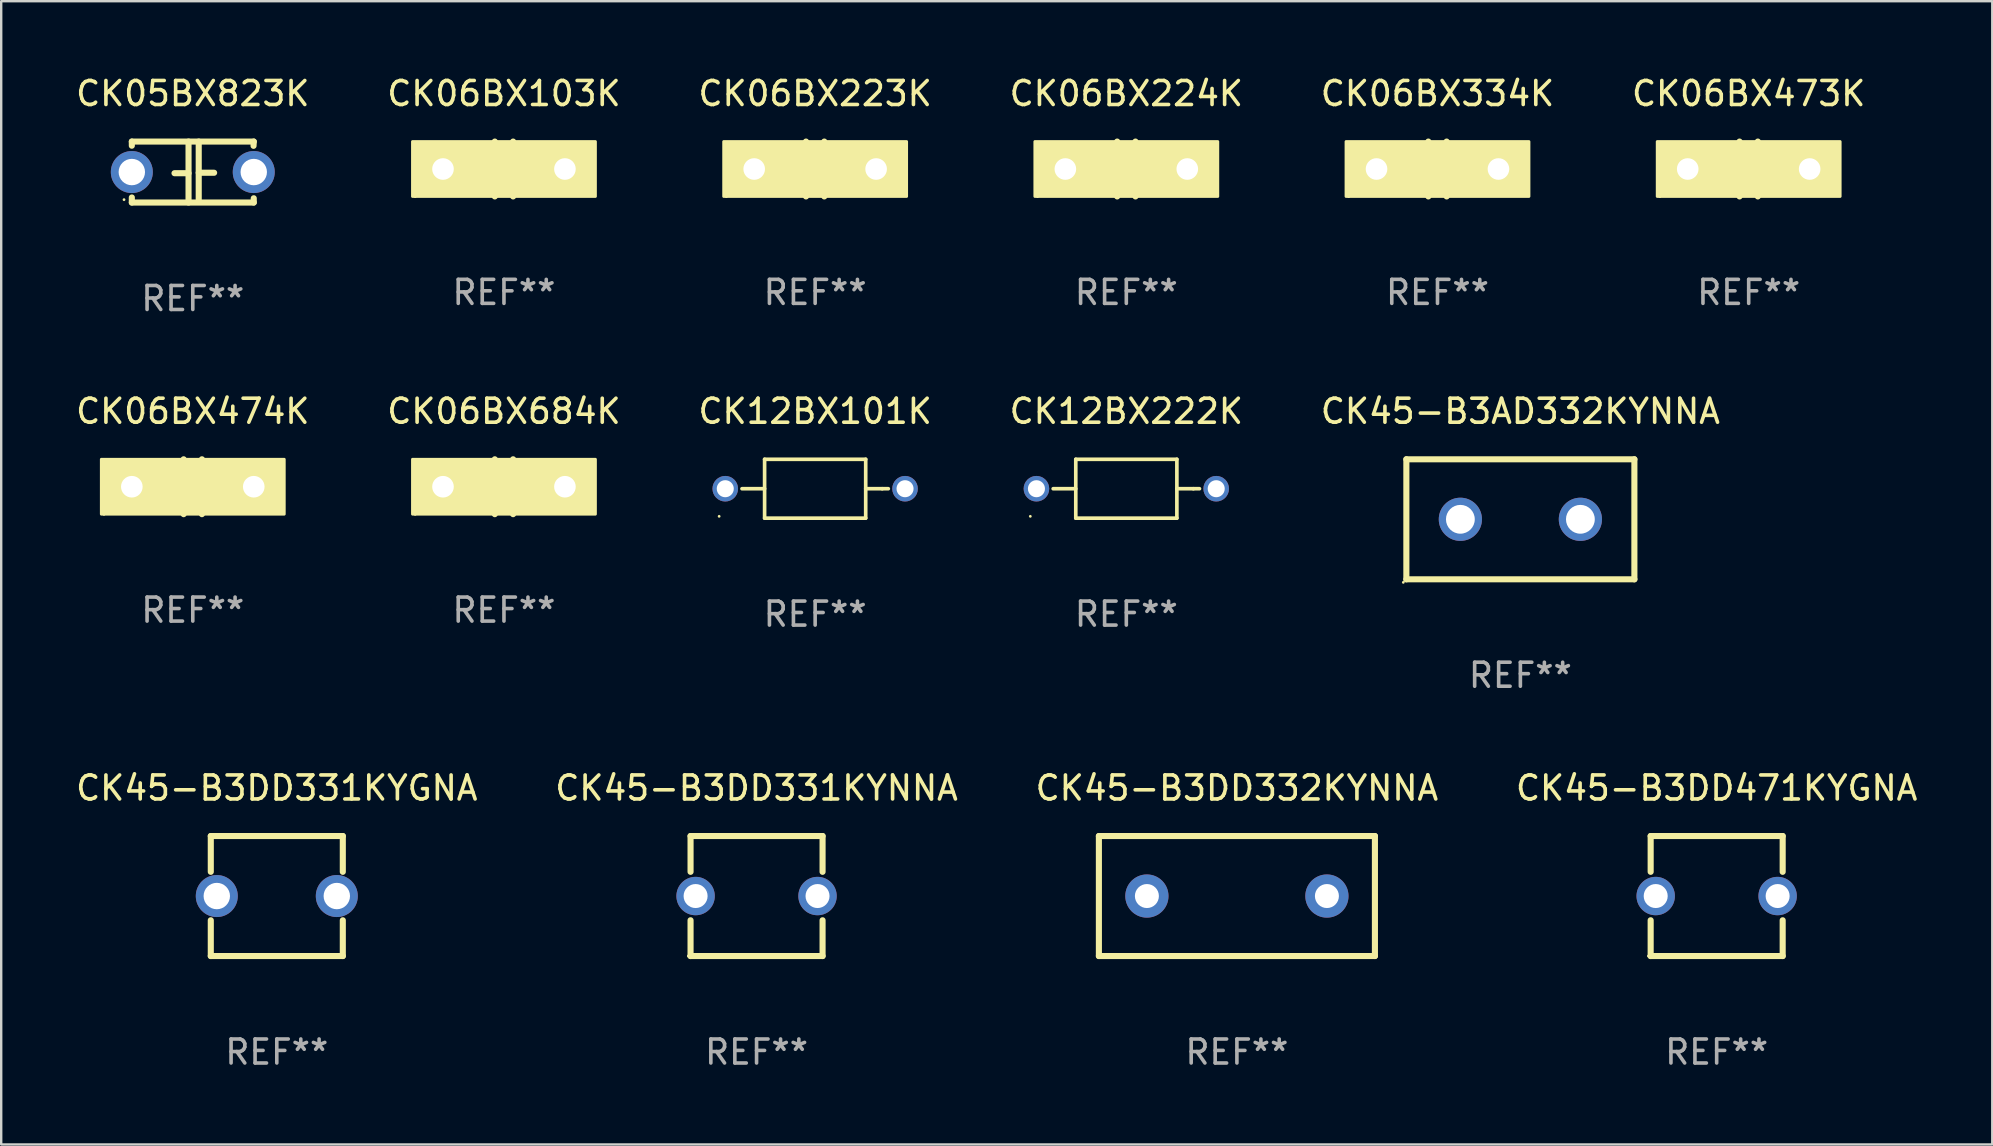
<source format=kicad_pcb>
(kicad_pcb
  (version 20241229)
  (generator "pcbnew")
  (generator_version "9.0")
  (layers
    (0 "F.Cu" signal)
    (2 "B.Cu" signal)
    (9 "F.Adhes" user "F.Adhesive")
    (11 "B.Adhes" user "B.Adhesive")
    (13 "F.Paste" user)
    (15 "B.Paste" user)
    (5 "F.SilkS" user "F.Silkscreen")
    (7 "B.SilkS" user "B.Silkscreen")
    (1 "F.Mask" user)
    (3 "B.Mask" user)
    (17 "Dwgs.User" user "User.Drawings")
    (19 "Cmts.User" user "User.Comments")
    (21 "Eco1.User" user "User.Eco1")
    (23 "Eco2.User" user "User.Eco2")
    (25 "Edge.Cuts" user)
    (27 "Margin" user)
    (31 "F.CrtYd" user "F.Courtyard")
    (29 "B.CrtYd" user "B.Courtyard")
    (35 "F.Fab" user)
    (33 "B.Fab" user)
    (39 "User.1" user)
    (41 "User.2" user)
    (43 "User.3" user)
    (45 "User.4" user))
  (footprint "CK45-B3DD331KYGNA"
    (layer "F.Cu")
    (at 8.482 34.281)
    (property "Reference" "CK45-B3DD331KYGNA" (at 0 -4.5 0) (layer "F.SilkS") (effects (font (size 1 1) (thickness 0.15))))
    (attr through_hole)
    (fp_line (start -2.75 -2.5) (end -2.75 -1.009) (stroke (width 0.254) (type solid)) (layer "F.SilkS"))
    (fp_line (start -2.75 -2.5) (end 2.75 -2.5) (stroke (width 0.254) (type solid)) (layer "F.SilkS"))
    (fp_line (start -2.75 1.009) (end -2.75 2.5) (stroke (width 0.254) (type solid)) (layer "F.SilkS"))
    (fp_line (start -2.75 2.5) (end 2.75 2.5) (stroke (width 0.254) (type solid)) (layer "F.SilkS"))
    (fp_line (start 2.75 -2.5) (end 2.75 -1.009) (stroke (width 0.254) (type solid)) (layer "F.SilkS"))
    (fp_line (start 2.75 1.009) (end 2.75 2.5) (stroke (width 0.254) (type solid)) (layer "F.SilkS"))
    (fp_circle (center -2.8 2.5) (end -2.77 2.5) (stroke (width 0.06) (type solid)) (fill no) (layer "F.SilkS"))
    (fp_text user "REF**" (at 0 6.5 0) (layer "F.Fab") (effects (font (size 1 1) (thickness 0.15))))
    (pad "1" thru_hole circle (at -2.5 0) (size 1.75 1.75) (drill 1.1) (layers "*.Cu" "*.Mask"))
    (pad "2" thru_hole circle (at 2.5 0) (size 1.75 1.75) (drill 1.1) (layers "*.Cu" "*.Mask")))
  (footprint "CK06BX103K"
    (layer "F.Cu")
    (at 17.946 3.991)
    (property "Reference" "CK06BX103K" (at 0 -3.143 0) (layer "F.SilkS") (effects (font (size 1 1) (thickness 0.15))))
    (attr through_hole)
    (fp_line (start -0.381 -0.017) (end -0.889 -0.017) (stroke (width 0.254) (type solid)) (layer "F.SilkS"))
    (fp_line (start -0.381 1.143) (end -0.381 -1.143) (stroke (width 0.254) (type solid)) (layer "F.SilkS"))
    (fp_line (start 0.381 -1.143) (end 0.381 1.143) (stroke (width 0.254) (type solid)) (layer "F.SilkS"))
    (fp_line (start 0.381 0.017) (end 0.889 0.017) (stroke (width 0.254) (type solid)) (layer "F.SilkS"))
    (fp_circle (center -3.7 1.15) (end -3.67 1.15) (stroke (width 0.06) (type solid)) (fill no) (layer "F.SilkS"))
    (fp_poly (pts (xy -3.81 -1.143) (xy 3.81 -1.143) (xy 3.81 1.143) (xy -3.81 1.143)) (stroke (width 0.12) (type solid)) (fill yes) (layer "F.SilkS"))
    (fp_text user "REF**" (at 0 5.143 0) (layer "F.Fab") (effects (font (size 1 1) (thickness 0.15))))
    (pad "1" thru_hole circle (at -2.54 0) (size 1.524 1.524) (drill 0.9) (layers "*.Cu" "*.Mask"))
    (pad "2" thru_hole circle (at 2.54 0) (size 1.524 1.524) (drill 0.9) (layers "*.Cu" "*.Mask")))
  (footprint "CK12BX101K"
    (layer "F.Cu")
    (at 30.911 17.311)
    (property "Reference" "CK12BX101K" (at 0 -3.226 0) (layer "F.SilkS") (effects (font (size 1 1) (thickness 0.15))))
    (attr through_hole)
    (fp_line (start -3.048 0) (end -2.106 0) (stroke (width 0.152) (type solid)) (layer "F.SilkS"))
    (fp_line (start -2.106 -1.226) (end 2.106 -1.226) (stroke (width 0.152) (type solid)) (layer "F.SilkS"))
    (fp_line (start -2.106 1.226) (end -2.106 -1.226) (stroke (width 0.152) (type solid)) (layer "F.SilkS"))
    (fp_line (start 2.106 -1.226) (end 2.106 1.226) (stroke (width 0.152) (type solid)) (layer "F.SilkS"))
    (fp_line (start 2.106 1.226) (end -2.106 1.226) (stroke (width 0.152) (type solid)) (layer "F.SilkS"))
    (fp_line (start 2.794 0) (end 2.106 0) (stroke (width 0.152) (type solid)) (layer "F.SilkS"))
    (fp_line (start 2.794 0) (end 3.048 0) (stroke (width 0.152) (type solid)) (layer "F.SilkS"))
    (fp_circle (center -4 1.15) (end -3.97 1.15) (stroke (width 0.06) (type solid)) (fill no) (layer "F.SilkS"))
    (fp_text user "REF**" (at 0 5.226 0) (layer "F.Fab") (effects (font (size 1 1) (thickness 0.15))))
    (pad "1" thru_hole circle (at -3.745 0) (size 1.065 1.065) (drill 0.71) (layers "*.Cu" "*.Mask"))
    (pad "2" thru_hole circle (at 3.745 0) (size 1.065 1.065) (drill 0.71) (layers "*.Cu" "*.Mask")))
  (footprint "CK12BX222K"
    (layer "F.Cu")
    (at 43.875 17.311)
    (property "Reference" "CK12BX222K" (at 0 -3.226 0) (layer "F.SilkS") (effects (font (size 1 1) (thickness 0.15))))
    (attr through_hole)
    (fp_line (start -3.048 0) (end -2.106 0) (stroke (width 0.152) (type solid)) (layer "F.SilkS"))
    (fp_line (start -2.106 -1.226) (end 2.106 -1.226) (stroke (width 0.152) (type solid)) (layer "F.SilkS"))
    (fp_line (start -2.106 1.226) (end -2.106 -1.226) (stroke (width 0.152) (type solid)) (layer "F.SilkS"))
    (fp_line (start 2.106 -1.226) (end 2.106 1.226) (stroke (width 0.152) (type solid)) (layer "F.SilkS"))
    (fp_line (start 2.106 1.226) (end -2.106 1.226) (stroke (width 0.152) (type solid)) (layer "F.SilkS"))
    (fp_line (start 2.794 0) (end 2.106 0) (stroke (width 0.152) (type solid)) (layer "F.SilkS"))
    (fp_line (start 2.794 0) (end 3.048 0) (stroke (width 0.152) (type solid)) (layer "F.SilkS"))
    (fp_circle (center -4 1.15) (end -3.97 1.15) (stroke (width 0.06) (type solid)) (fill no) (layer "F.SilkS"))
    (fp_text user "REF**" (at 0 5.226 0) (layer "F.Fab") (effects (font (size 1 1) (thickness 0.15))))
    (pad "1" thru_hole circle (at -3.745 0) (size 1.065 1.065) (drill 0.71) (layers "*.Cu" "*.Mask"))
    (pad "2" thru_hole circle (at 3.745 0) (size 1.065 1.065) (drill 0.71) (layers "*.Cu" "*.Mask")))
  (footprint "CK06BX224K"
    (layer "F.Cu")
    (at 43.875 3.991)
    (property "Reference" "CK06BX224K" (at 0 -3.143 0) (layer "F.SilkS") (effects (font (size 1 1) (thickness 0.15))))
    (attr through_hole)
    (fp_line (start -0.381 -0.017) (end -0.889 -0.017) (stroke (width 0.254) (type solid)) (layer "F.SilkS"))
    (fp_line (start -0.381 1.143) (end -0.381 -1.143) (stroke (width 0.254) (type solid)) (layer "F.SilkS"))
    (fp_line (start 0.381 -1.143) (end 0.381 1.143) (stroke (width 0.254) (type solid)) (layer "F.SilkS"))
    (fp_line (start 0.381 0.017) (end 0.889 0.017) (stroke (width 0.254) (type solid)) (layer "F.SilkS"))
    (fp_circle (center -3.7 1.15) (end -3.67 1.15) (stroke (width 0.06) (type solid)) (fill no) (layer "F.SilkS"))
    (fp_poly (pts (xy -3.81 -1.143) (xy 3.81 -1.143) (xy 3.81 1.143) (xy -3.81 1.143)) (stroke (width 0.12) (type solid)) (fill yes) (layer "F.SilkS"))
    (fp_text user "REF**" (at 0 5.143 0) (layer "F.Fab") (effects (font (size 1 1) (thickness 0.15))))
    (pad "1" thru_hole circle (at -2.54 0) (size 1.524 1.524) (drill 0.9) (layers "*.Cu" "*.Mask"))
    (pad "2" thru_hole circle (at 2.54 0) (size 1.524 1.524) (drill 0.9) (layers "*.Cu" "*.Mask")))
  (footprint "CK06BX223K"
    (layer "F.Cu")
    (at 30.911 3.991)
    (property "Reference" "CK06BX223K" (at 0 -3.143 0) (layer "F.SilkS") (effects (font (size 1 1) (thickness 0.15))))
    (attr through_hole)
    (fp_line (start -0.381 -0.017) (end -0.889 -0.017) (stroke (width 0.254) (type solid)) (layer "F.SilkS"))
    (fp_line (start -0.381 1.143) (end -0.381 -1.143) (stroke (width 0.254) (type solid)) (layer "F.SilkS"))
    (fp_line (start 0.381 -1.143) (end 0.381 1.143) (stroke (width 0.254) (type solid)) (layer "F.SilkS"))
    (fp_line (start 0.381 0.017) (end 0.889 0.017) (stroke (width 0.254) (type solid)) (layer "F.SilkS"))
    (fp_circle (center -3.7 1.15) (end -3.67 1.15) (stroke (width 0.06) (type solid)) (fill no) (layer "F.SilkS"))
    (fp_poly (pts (xy -3.81 -1.143) (xy 3.81 -1.143) (xy 3.81 1.143) (xy -3.81 1.143)) (stroke (width 0.12) (type solid)) (fill yes) (layer "F.SilkS"))
    (fp_text user "REF**" (at 0 5.143 0) (layer "F.Fab") (effects (font (size 1 1) (thickness 0.15))))
    (pad "1" thru_hole circle (at -2.54 0) (size 1.524 1.524) (drill 0.9) (layers "*.Cu" "*.Mask"))
    (pad "2" thru_hole circle (at 2.54 0) (size 1.524 1.524) (drill 0.9) (layers "*.Cu" "*.Mask")))
  (footprint "CK05BX823K"
    (layer "F.Cu")
    (at 4.982 4.118)
    (property "Reference" "CK05BX823K" (at 0 -3.27 0) (layer "F.SilkS") (effects (font (size 1 1) (thickness 0.15))))
    (attr through_hole)
    (fp_line (start -2.54 -1.27) (end 2.54 -1.27) (stroke (width 0.254) (type solid)) (layer "F.SilkS"))
    (fp_line (start -2.54 -1.097) (end -2.54 -1.27) (stroke (width 0.254) (type solid)) (layer "F.SilkS"))
    (fp_line (start -2.54 1.27) (end -2.54 1.059) (stroke (width 0.254) (type solid)) (layer "F.SilkS"))
    (fp_line (start -0.177 -1.27) (end -0.177 1.27) (stroke (width 0.254) (type solid)) (layer "F.SilkS"))
    (fp_line (start -0.177 0.048) (end -0.762 0.048) (stroke (width 0.254) (type solid)) (layer "F.SilkS"))
    (fp_line (start 0.247 -1.27) (end 0.247 1.143) (stroke (width 0.254) (type solid)) (layer "F.SilkS"))
    (fp_line (start 0.247 0.029) (end 0.889 0.029) (stroke (width 0.254) (type solid)) (layer "F.SilkS"))
    (fp_line (start 2.54 -1.27) (end 2.531 -1.092) (stroke (width 0.254) (type solid)) (layer "F.SilkS"))
    (fp_line (start 2.54 1.092) (end 2.54 1.27) (stroke (width 0.254) (type solid)) (layer "F.SilkS"))
    (fp_line (start 2.54 1.27) (end -2.54 1.27) (stroke (width 0.254) (type solid)) (layer "F.SilkS"))
    (fp_circle (center -2.865 1.15) (end -2.835 1.15) (stroke (width 0.06) (type solid)) (fill no) (layer "F.SilkS"))
    (fp_text user "REF**" (at 0 5.27 0) (layer "F.Fab") (effects (font (size 1 1) (thickness 0.15))))
    (pad "1" thru_hole circle (at -2.54 0) (size 1.75 1.75) (drill 1.1) (layers "*.Cu" "*.Mask"))
    (pad "2" thru_hole circle (at 2.54 0) (size 1.75 1.75) (drill 1.1) (layers "*.Cu" "*.Mask")))
  (footprint "CK06BX684K"
    (layer "F.Cu")
    (at 17.946 17.228)
    (property "Reference" "CK06BX684K" (at 0 -3.143 0) (layer "F.SilkS") (effects (font (size 1 1) (thickness 0.15))))
    (attr through_hole)
    (fp_line (start -0.381 -0.017) (end -0.889 -0.017) (stroke (width 0.254) (type solid)) (layer "F.SilkS"))
    (fp_line (start -0.381 1.143) (end -0.381 -1.143) (stroke (width 0.254) (type solid)) (layer "F.SilkS"))
    (fp_line (start 0.381 -1.143) (end 0.381 1.143) (stroke (width 0.254) (type solid)) (layer "F.SilkS"))
    (fp_line (start 0.381 0.017) (end 0.889 0.017) (stroke (width 0.254) (type solid)) (layer "F.SilkS"))
    (fp_circle (center -3.7 1.15) (end -3.67 1.15) (stroke (width 0.06) (type solid)) (fill no) (layer "F.SilkS"))
    (fp_poly (pts (xy -3.81 -1.143) (xy 3.81 -1.143) (xy 3.81 1.143) (xy -3.81 1.143)) (stroke (width 0.12) (type solid)) (fill yes) (layer "F.SilkS"))
    (fp_text user "REF**" (at 0 5.143 0) (layer "F.Fab") (effects (font (size 1 1) (thickness 0.15))))
    (pad "1" thru_hole circle (at -2.54 0) (size 1.524 1.524) (drill 0.9) (layers "*.Cu" "*.Mask"))
    (pad "2" thru_hole circle (at 2.54 0) (size 1.524 1.524) (drill 0.9) (layers "*.Cu" "*.Mask")))
  (footprint "CK45-B3DD332KYNNA"
    (layer "F.Cu")
    (at 48.482 34.281)
    (property "Reference" "CK45-B3DD332KYNNA" (at 0 -4.5 0) (layer "F.SilkS") (effects (font (size 1 1) (thickness 0.15))))
    (attr through_hole)
    (fp_line (start -5.75 -2.5) (end 5.75 -2.5) (stroke (width 0.254) (type solid)) (layer "F.SilkS"))
    (fp_line (start -5.75 2.5) (end -5.75 -2.5) (stroke (width 0.254) (type solid)) (layer "F.SilkS"))
    (fp_line (start 5.75 -2.5) (end 5.75 2.5) (stroke (width 0.254) (type solid)) (layer "F.SilkS"))
    (fp_line (start 5.75 2.5) (end -5.75 2.5) (stroke (width 0.254) (type solid)) (layer "F.SilkS"))
    (fp_circle (center -5.75 2.5) (end -5.72 2.5) (stroke (width 0.06) (type solid)) (fill no) (layer "F.SilkS"))
    (fp_text user "REF**" (at 0 6.5 0) (layer "F.Fab") (effects (font (size 1 1) (thickness 0.15))))
    (pad "1" thru_hole circle (at -3.75 0) (size 1.8 1.8) (drill 1) (layers "*.Cu" "*.Mask"))
    (pad "2" thru_hole circle (at 3.75 0) (size 1.8 1.8) (drill 1) (layers "*.Cu" "*.Mask")))
  (footprint "CK06BX473K"
    (layer "F.Cu")
    (at 69.804 3.991)
    (property "Reference" "CK06BX473K" (at 0 -3.143 0) (layer "F.SilkS") (effects (font (size 1 1) (thickness 0.15))))
    (attr through_hole)
    (fp_line (start -0.381 -0.017) (end -0.889 -0.017) (stroke (width 0.254) (type solid)) (layer "F.SilkS"))
    (fp_line (start -0.381 1.143) (end -0.381 -1.143) (stroke (width 0.254) (type solid)) (layer "F.SilkS"))
    (fp_line (start 0.381 -1.143) (end 0.381 1.143) (stroke (width 0.254) (type solid)) (layer "F.SilkS"))
    (fp_line (start 0.381 0.017) (end 0.889 0.017) (stroke (width 0.254) (type solid)) (layer "F.SilkS"))
    (fp_circle (center -3.7 1.15) (end -3.67 1.15) (stroke (width 0.06) (type solid)) (fill no) (layer "F.SilkS"))
    (fp_poly (pts (xy -3.81 -1.143) (xy 3.81 -1.143) (xy 3.81 1.143) (xy -3.81 1.143)) (stroke (width 0.12) (type solid)) (fill yes) (layer "F.SilkS"))
    (fp_text user "REF**" (at 0 5.143 0) (layer "F.Fab") (effects (font (size 1 1) (thickness 0.15))))
    (pad "1" thru_hole circle (at -2.54 0) (size 1.524 1.524) (drill 0.9) (layers "*.Cu" "*.Mask"))
    (pad "2" thru_hole circle (at 2.54 0) (size 1.524 1.524) (drill 0.9) (layers "*.Cu" "*.Mask")))
  (footprint "CK06BX334K"
    (layer "F.Cu")
    (at 56.839 3.991)
    (property "Reference" "CK06BX334K" (at 0 -3.143 0) (layer "F.SilkS") (effects (font (size 1 1) (thickness 0.15))))
    (attr through_hole)
    (fp_line (start -0.381 -0.017) (end -0.889 -0.017) (stroke (width 0.254) (type solid)) (layer "F.SilkS"))
    (fp_line (start -0.381 1.143) (end -0.381 -1.143) (stroke (width 0.254) (type solid)) (layer "F.SilkS"))
    (fp_line (start 0.381 -1.143) (end 0.381 1.143) (stroke (width 0.254) (type solid)) (layer "F.SilkS"))
    (fp_line (start 0.381 0.017) (end 0.889 0.017) (stroke (width 0.254) (type solid)) (layer "F.SilkS"))
    (fp_circle (center -3.7 1.15) (end -3.67 1.15) (stroke (width 0.06) (type solid)) (fill no) (layer "F.SilkS"))
    (fp_poly (pts (xy -3.81 -1.143) (xy 3.81 -1.143) (xy 3.81 1.143) (xy -3.81 1.143)) (stroke (width 0.12) (type solid)) (fill yes) (layer "F.SilkS"))
    (fp_text user "REF**" (at 0 5.143 0) (layer "F.Fab") (effects (font (size 1 1) (thickness 0.15))))
    (pad "1" thru_hole circle (at -2.54 0) (size 1.524 1.524) (drill 0.9) (layers "*.Cu" "*.Mask"))
    (pad "2" thru_hole circle (at 2.54 0) (size 1.524 1.524) (drill 0.9) (layers "*.Cu" "*.Mask")))
  (footprint "CK45-B3DD471KYGNA"
    (layer "F.Cu")
    (at 68.47 34.281)
    (property "Reference" "CK45-B3DD471KYGNA" (at 0 -4.5 0) (layer "F.SilkS") (effects (font (size 1 1) (thickness 0.15))))
    (attr through_hole)
    (fp_line (start -2.75 -2.5) (end -2.75 -1.009) (stroke (width 0.254) (type solid)) (layer "F.SilkS"))
    (fp_line (start -2.75 -2.5) (end 2.75 -2.5) (stroke (width 0.254) (type solid)) (layer "F.SilkS"))
    (fp_line (start -2.75 1.009) (end -2.75 2.5) (stroke (width 0.254) (type solid)) (layer "F.SilkS"))
    (fp_line (start -2.75 2.5) (end 2.75 2.5) (stroke (width 0.254) (type solid)) (layer "F.SilkS"))
    (fp_line (start 2.75 -2.5) (end 2.75 -1.009) (stroke (width 0.254) (type solid)) (layer "F.SilkS"))
    (fp_line (start 2.75 1.009) (end 2.75 2.5) (stroke (width 0.254) (type solid)) (layer "F.SilkS"))
    (fp_circle (center -2.84 2.5) (end -2.81 2.5) (stroke (width 0.06) (type solid)) (fill no) (layer "F.SilkS"))
    (fp_text user "REF**" (at 0 6.5 0) (layer "F.Fab") (effects (font (size 1 1) (thickness 0.15))))
    (pad "1" thru_hole circle (at -2.54 0) (size 1.6 1.6) (drill 1) (layers "*.Cu" "*.Mask"))
    (pad "2" thru_hole circle (at 2.54 0) (size 1.6 1.6) (drill 1) (layers "*.Cu" "*.Mask")))
  (footprint "CK45-B3AD332KYNNA"
    (layer "F.Cu")
    (at 60.292 18.585)
    (property "Reference" "CK45-B3AD332KYNNA" (at 0 -4.5 0) (layer "F.SilkS") (effects (font (size 1 1) (thickness 0.15))))
    (attr through_hole)
    (fp_line (start -4.75 -2.5) (end 4.75 -2.5) (stroke (width 0.254) (type solid)) (layer "F.SilkS"))
    (fp_line (start -4.75 2.5) (end -4.75 -2.5) (stroke (width 0.254) (type solid)) (layer "F.SilkS"))
    (fp_line (start 4.75 -2.5) (end 4.75 2.5) (stroke (width 0.254) (type solid)) (layer "F.SilkS"))
    (fp_line (start 4.75 2.5) (end -4.75 2.5) (stroke (width 0.254) (type solid)) (layer "F.SilkS"))
    (fp_circle (center -4.877 2.627) (end -4.847 2.627) (stroke (width 0.06) (type solid)) (fill no) (layer "F.SilkS"))
    (fp_text user "REF**" (at 0 6.5 0) (layer "F.Fab") (effects (font (size 1 1) (thickness 0.15))))
    (pad "1" thru_hole circle (at -2.5 0) (size 1.8 1.8) (drill 1.2) (layers "*.Cu" "*.Mask"))
    (pad "2" thru_hole circle (at 2.5 0) (size 1.8 1.8) (drill 1.2) (layers "*.Cu" "*.Mask")))
  (footprint "CK06BX474K"
    (layer "F.Cu")
    (at 4.982 17.228)
    (property "Reference" "CK06BX474K" (at 0 -3.143 0) (layer "F.SilkS") (effects (font (size 1 1) (thickness 0.15))))
    (attr through_hole)
    (fp_line (start -0.381 -0.017) (end -0.889 -0.017) (stroke (width 0.254) (type solid)) (layer "F.SilkS"))
    (fp_line (start -0.381 1.143) (end -0.381 -1.143) (stroke (width 0.254) (type solid)) (layer "F.SilkS"))
    (fp_line (start 0.381 -1.143) (end 0.381 1.143) (stroke (width 0.254) (type solid)) (layer "F.SilkS"))
    (fp_line (start 0.381 0.017) (end 0.889 0.017) (stroke (width 0.254) (type solid)) (layer "F.SilkS"))
    (fp_circle (center -3.7 1.15) (end -3.67 1.15) (stroke (width 0.06) (type solid)) (fill no) (layer "F.SilkS"))
    (fp_poly (pts (xy -3.81 -1.143) (xy 3.81 -1.143) (xy 3.81 1.143) (xy -3.81 1.143)) (stroke (width 0.12) (type solid)) (fill yes) (layer "F.SilkS"))
    (fp_text user "REF**" (at 0 5.143 0) (layer "F.Fab") (effects (font (size 1 1) (thickness 0.15))))
    (pad "1" thru_hole circle (at -2.54 0) (size 1.524 1.524) (drill 0.9) (layers "*.Cu" "*.Mask"))
    (pad "2" thru_hole circle (at 2.54 0) (size 1.524 1.524) (drill 0.9) (layers "*.Cu" "*.Mask")))
  (footprint "CK45-B3DD331KYNNA"
    (layer "F.Cu")
    (at 28.47 34.281)
    (property "Reference" "CK45-B3DD331KYNNA" (at 0 -4.5 0) (layer "F.SilkS") (effects (font (size 1 1) (thickness 0.15))))
    (attr through_hole)
    (fp_line (start -2.75 -2.5) (end -2.75 -1.009) (stroke (width 0.254) (type solid)) (layer "F.SilkS"))
    (fp_line (start -2.75 -2.5) (end 2.75 -2.5) (stroke (width 0.254) (type solid)) (layer "F.SilkS"))
    (fp_line (start -2.75 1.009) (end -2.75 2.5) (stroke (width 0.254) (type solid)) (layer "F.SilkS"))
    (fp_line (start -2.75 2.5) (end 2.75 2.5) (stroke (width 0.254) (type solid)) (layer "F.SilkS"))
    (fp_line (start 2.75 -2.5) (end 2.75 -1.009) (stroke (width 0.254) (type solid)) (layer "F.SilkS"))
    (fp_line (start 2.75 1.009) (end 2.75 2.5) (stroke (width 0.254) (type solid)) (layer "F.SilkS"))
    (fp_circle (center -2.84 2.5) (end -2.81 2.5) (stroke (width 0.06) (type solid)) (fill no) (layer "F.SilkS"))
    (fp_text user "REF**" (at 0 6.5 0) (layer "F.Fab") (effects (font (size 1 1) (thickness 0.15))))
    (pad "1" thru_hole circle (at -2.54 0) (size 1.6 1.6) (drill 1) (layers "*.Cu" "*.Mask"))
    (pad "2" thru_hole circle (at 2.54 0) (size 1.6 1.6) (drill 1) (layers "*.Cu" "*.Mask")))
  (gr_rect
    (start -3 -3)
    (end 79.952 44.63)
    (stroke (width 0.1) (type default))
    (fill no)
    (layer "Edge.Cuts")))
</source>
